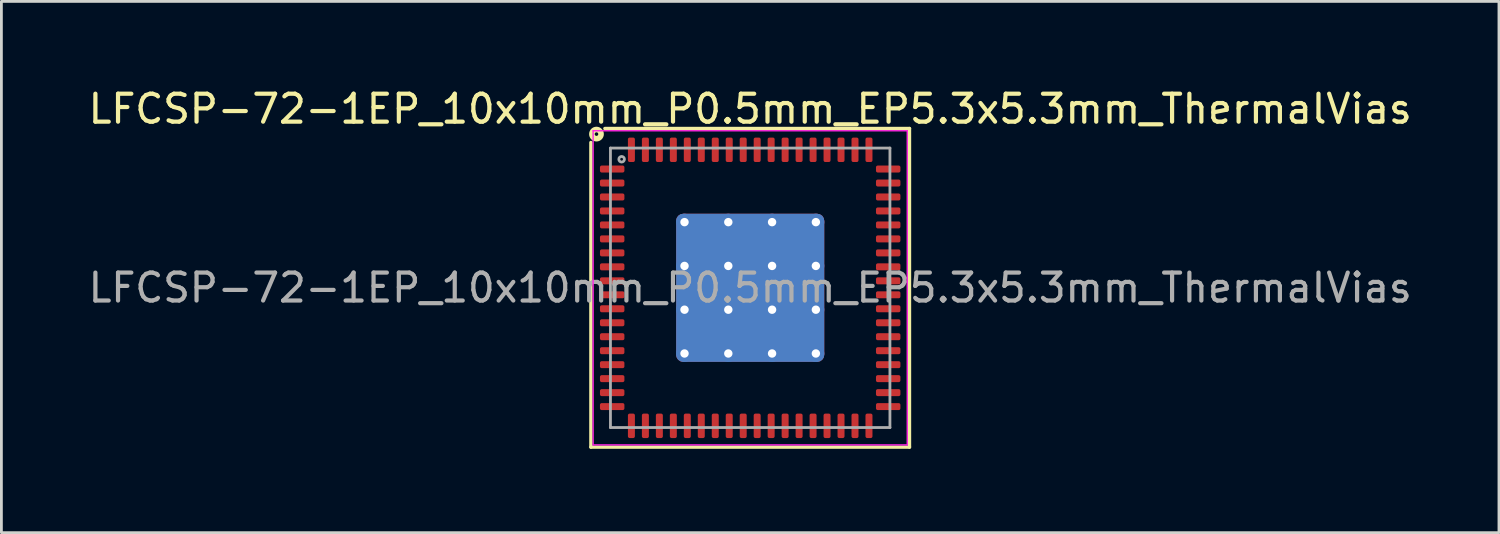
<source format=kicad_pcb>
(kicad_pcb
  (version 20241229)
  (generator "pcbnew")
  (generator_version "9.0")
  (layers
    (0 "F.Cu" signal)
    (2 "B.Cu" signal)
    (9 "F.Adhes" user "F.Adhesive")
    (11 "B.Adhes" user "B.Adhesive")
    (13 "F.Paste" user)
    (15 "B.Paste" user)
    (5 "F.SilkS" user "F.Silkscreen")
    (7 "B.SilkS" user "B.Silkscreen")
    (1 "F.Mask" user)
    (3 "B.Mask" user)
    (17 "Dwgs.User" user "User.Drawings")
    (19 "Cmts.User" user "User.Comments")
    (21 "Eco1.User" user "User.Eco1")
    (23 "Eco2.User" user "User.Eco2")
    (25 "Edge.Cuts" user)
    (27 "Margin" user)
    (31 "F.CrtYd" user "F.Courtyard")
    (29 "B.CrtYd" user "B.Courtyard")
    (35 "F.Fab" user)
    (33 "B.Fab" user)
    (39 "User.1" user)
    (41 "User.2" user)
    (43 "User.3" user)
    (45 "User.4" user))
  (footprint "LFCSP-72-1EP_10x10mm_P0.5mm_EP5.3x5.3mm_ThermalVias"
    (layer "F.Cu")
    (at 23.792 7.248)
    (property "Reference" "LFCSP-72-1EP_10x10mm_P0.5mm_EP5.3x5.3mm_ThermalVias" (at 0 -6.4 0) (layer "F.SilkS") (effects (font (size 1 1) (thickness 0.15))))
    (attr smd)
    (fp_line (start -5.7 5.7) (end -5.7 -5.2) (stroke (width 0.12) (type solid)) (layer "F.SilkS"))
    (fp_line (start 5.7 -5.7) (end -5.2 -5.7) (stroke (width 0.12) (type solid)) (layer "F.SilkS"))
    (fp_line (start 5.7 -5.7) (end 5.7 5.7) (stroke (width 0.12) (type solid)) (layer "F.SilkS"))
    (fp_line (start 5.7 5.7) (end -5.7 5.7) (stroke (width 0.12) (type solid)) (layer "F.SilkS"))
    (fp_circle (center -5.5 -5.5) (end -5.436 -5.5) (stroke (width 0.2) (type solid)) (fill no) (layer "F.SilkS"))
    (fp_line (start -5.62 -5.62) (end -5.62 5.62) (stroke (width 0.05) (type solid)) (layer "F.CrtYd"))
    (fp_line (start -5.62 5.62) (end 5.62 5.62) (stroke (width 0.05) (type solid)) (layer "F.CrtYd"))
    (fp_line (start 5.62 -5.62) (end -5.62 -5.62) (stroke (width 0.05) (type solid)) (layer "F.CrtYd"))
    (fp_line (start 5.62 5.62) (end 5.62 -5.62) (stroke (width 0.05) (type solid)) (layer "F.CrtYd"))
    (fp_line (start -5 -5) (end 5 -5) (stroke (width 0.1) (type solid)) (layer "F.Fab"))
    (fp_line (start -5 5) (end -5 -5) (stroke (width 0.1) (type solid)) (layer "F.Fab"))
    (fp_line (start 5 -5) (end 5 5) (stroke (width 0.1) (type solid)) (layer "F.Fab"))
    (fp_line (start 5 5) (end -5 5) (stroke (width 0.1) (type solid)) (layer "F.Fab"))
    (fp_circle (center -4.6 -4.6) (end -4.5 -4.6) (stroke (width 0.1) (type solid)) (fill no) (layer "F.Fab"))
    (fp_text user "${REFERENCE}" (at 0 0 0) (layer "F.Fab") (effects (font (size 1 1) (thickness 0.15))))
    (pad "" smd custom (at -1.567 -1.567) (size 1.275 1.275) (layers "F.Paste") (options (anchor circle)) (primitives (gr_poly (pts (xy 0.563 -0.439) (xy 0.563 0.439) (xy 0.439 0.563) (xy -0.439 0.563) (xy -0.563 0.439) (xy -0.563 -0.439) (xy -0.439 -0.563) (xy 0.439 -0.563)) (width 0.299) (fill yes))))
    (pad "" smd custom (at -1.567 0) (size 1.275 1.275) (layers "F.Paste") (options (anchor circle)) (primitives (gr_poly (pts (xy 0.563 -0.439) (xy 0.563 0.439) (xy 0.439 0.563) (xy -0.439 0.563) (xy -0.563 0.439) (xy -0.563 -0.439) (xy -0.439 -0.563) (xy 0.439 -0.563)) (width 0.299) (fill yes))))
    (pad "" smd custom (at -1.567 1.567) (size 1.275 1.275) (layers "F.Paste") (options (anchor circle)) (primitives (gr_poly (pts (xy 0.563 -0.439) (xy 0.563 0.439) (xy 0.439 0.563) (xy -0.439 0.563) (xy -0.563 0.439) (xy -0.563 -0.439) (xy -0.439 -0.563) (xy 0.439 -0.563)) (width 0.299) (fill yes))))
    (pad "" smd custom (at 0 -1.567) (size 1.275 1.275) (layers "F.Paste") (options (anchor circle)) (primitives (gr_poly (pts (xy 0.563 -0.439) (xy 0.563 0.439) (xy 0.439 0.563) (xy -0.439 0.563) (xy -0.563 0.439) (xy -0.563 -0.439) (xy -0.439 -0.563) (xy 0.439 -0.563)) (width 0.299) (fill yes))))
    (pad "" smd custom (at 0 0) (size 1.275 1.275) (layers "F.Paste") (options (anchor circle)) (primitives (gr_poly (pts (xy 0.563 -0.439) (xy 0.563 0.439) (xy 0.439 0.563) (xy -0.439 0.563) (xy -0.563 0.439) (xy -0.563 -0.439) (xy -0.439 -0.563) (xy 0.439 -0.563)) (width 0.299) (fill yes))))
    (pad "" smd custom (at 0 1.567) (size 1.275 1.275) (layers "F.Paste") (options (anchor circle)) (primitives (gr_poly (pts (xy 0.563 -0.439) (xy 0.563 0.439) (xy 0.439 0.563) (xy -0.439 0.563) (xy -0.563 0.439) (xy -0.563 -0.439) (xy -0.439 -0.563) (xy 0.439 -0.563)) (width 0.299) (fill yes))))
    (pad "" smd custom (at 1.567 -1.567) (size 1.275 1.275) (layers "F.Paste") (options (anchor circle)) (primitives (gr_poly (pts (xy 0.563 -0.439) (xy 0.563 0.439) (xy 0.439 0.563) (xy -0.439 0.563) (xy -0.563 0.439) (xy -0.563 -0.439) (xy -0.439 -0.563) (xy 0.439 -0.563)) (width 0.299) (fill yes))))
    (pad "" smd custom (at 1.567 0) (size 1.275 1.275) (layers "F.Paste") (options (anchor circle)) (primitives (gr_poly (pts (xy 0.563 -0.439) (xy 0.563 0.439) (xy 0.439 0.563) (xy -0.439 0.563) (xy -0.563 0.439) (xy -0.563 -0.439) (xy -0.439 -0.563) (xy 0.439 -0.563)) (width 0.299) (fill yes))))
    (pad "" smd custom (at 1.567 1.567) (size 1.275 1.275) (layers "F.Paste") (options (anchor circle)) (primitives (gr_poly (pts (xy 0.563 -0.439) (xy 0.563 0.439) (xy 0.439 0.563) (xy -0.439 0.563) (xy -0.563 0.439) (xy -0.563 -0.439) (xy -0.439 -0.563) (xy 0.439 -0.563)) (width 0.299) (fill yes))))
    (pad "1" smd roundrect (at -4.938 -4.25) (size 0.875 0.25) (layers "F.Cu" "F.Mask" "F.Paste") (roundrect_rratio 0.25))
    (pad "2" smd roundrect (at -4.938 -3.75) (size 0.875 0.25) (layers "F.Cu" "F.Mask" "F.Paste") (roundrect_rratio 0.25))
    (pad "3" smd roundrect (at -4.938 -3.25) (size 0.875 0.25) (layers "F.Cu" "F.Mask" "F.Paste") (roundrect_rratio 0.25))
    (pad "4" smd roundrect (at -4.938 -2.75) (size 0.875 0.25) (layers "F.Cu" "F.Mask" "F.Paste") (roundrect_rratio 0.25))
    (pad "5" smd roundrect (at -4.938 -2.25) (size 0.875 0.25) (layers "F.Cu" "F.Mask" "F.Paste") (roundrect_rratio 0.25))
    (pad "6" smd roundrect (at -4.938 -1.75) (size 0.875 0.25) (layers "F.Cu" "F.Mask" "F.Paste") (roundrect_rratio 0.25))
    (pad "7" smd roundrect (at -4.938 -1.25) (size 0.875 0.25) (layers "F.Cu" "F.Mask" "F.Paste") (roundrect_rratio 0.25))
    (pad "8" smd roundrect (at -4.938 -0.75) (size 0.875 0.25) (layers "F.Cu" "F.Mask" "F.Paste") (roundrect_rratio 0.25))
    (pad "9" smd roundrect (at -4.938 -0.25) (size 0.875 0.25) (layers "F.Cu" "F.Mask" "F.Paste") (roundrect_rratio 0.25))
    (pad "10" smd roundrect (at -4.938 0.25) (size 0.875 0.25) (layers "F.Cu" "F.Mask" "F.Paste") (roundrect_rratio 0.25))
    (pad "11" smd roundrect (at -4.938 0.75) (size 0.875 0.25) (layers "F.Cu" "F.Mask" "F.Paste") (roundrect_rratio 0.25))
    (pad "12" smd roundrect (at -4.938 1.25) (size 0.875 0.25) (layers "F.Cu" "F.Mask" "F.Paste") (roundrect_rratio 0.25))
    (pad "13" smd roundrect (at -4.938 1.75) (size 0.875 0.25) (layers "F.Cu" "F.Mask" "F.Paste") (roundrect_rratio 0.25))
    (pad "14" smd roundrect (at -4.938 2.25) (size 0.875 0.25) (layers "F.Cu" "F.Mask" "F.Paste") (roundrect_rratio 0.25))
    (pad "15" smd roundrect (at -4.938 2.75) (size 0.875 0.25) (layers "F.Cu" "F.Mask" "F.Paste") (roundrect_rratio 0.25))
    (pad "16" smd roundrect (at -4.938 3.25) (size 0.875 0.25) (layers "F.Cu" "F.Mask" "F.Paste") (roundrect_rratio 0.25))
    (pad "17" smd roundrect (at -4.938 3.75) (size 0.875 0.25) (layers "F.Cu" "F.Mask" "F.Paste") (roundrect_rratio 0.25))
    (pad "18" smd roundrect (at -4.938 4.25) (size 0.875 0.25) (layers "F.Cu" "F.Mask" "F.Paste") (roundrect_rratio 0.25))
    (pad "19" smd roundrect (at -4.25 4.938) (size 0.25 0.875) (layers "F.Cu" "F.Mask" "F.Paste") (roundrect_rratio 0.25))
    (pad "20" smd roundrect (at -3.75 4.938) (size 0.25 0.875) (layers "F.Cu" "F.Mask" "F.Paste") (roundrect_rratio 0.25))
    (pad "21" smd roundrect (at -3.25 4.938) (size 0.25 0.875) (layers "F.Cu" "F.Mask" "F.Paste") (roundrect_rratio 0.25))
    (pad "22" smd roundrect (at -2.75 4.938) (size 0.25 0.875) (layers "F.Cu" "F.Mask" "F.Paste") (roundrect_rratio 0.25))
    (pad "23" smd roundrect (at -2.25 4.938) (size 0.25 0.875) (layers "F.Cu" "F.Mask" "F.Paste") (roundrect_rratio 0.25))
    (pad "24" smd roundrect (at -1.75 4.938) (size 0.25 0.875) (layers "F.Cu" "F.Mask" "F.Paste") (roundrect_rratio 0.25))
    (pad "25" smd roundrect (at -1.25 4.938) (size 0.25 0.875) (layers "F.Cu" "F.Mask" "F.Paste") (roundrect_rratio 0.25))
    (pad "26" smd roundrect (at -0.75 4.938) (size 0.25 0.875) (layers "F.Cu" "F.Mask" "F.Paste") (roundrect_rratio 0.25))
    (pad "27" smd roundrect (at -0.25 4.938) (size 0.25 0.875) (layers "F.Cu" "F.Mask" "F.Paste") (roundrect_rratio 0.25))
    (pad "28" smd roundrect (at 0.25 4.938) (size 0.25 0.875) (layers "F.Cu" "F.Mask" "F.Paste") (roundrect_rratio 0.25))
    (pad "29" smd roundrect (at 0.75 4.938) (size 0.25 0.875) (layers "F.Cu" "F.Mask" "F.Paste") (roundrect_rratio 0.25))
    (pad "30" smd roundrect (at 1.25 4.938) (size 0.25 0.875) (layers "F.Cu" "F.Mask" "F.Paste") (roundrect_rratio 0.25))
    (pad "31" smd roundrect (at 1.75 4.938) (size 0.25 0.875) (layers "F.Cu" "F.Mask" "F.Paste") (roundrect_rratio 0.25))
    (pad "32" smd roundrect (at 2.25 4.938) (size 0.25 0.875) (layers "F.Cu" "F.Mask" "F.Paste") (roundrect_rratio 0.25))
    (pad "33" smd roundrect (at 2.75 4.938) (size 0.25 0.875) (layers "F.Cu" "F.Mask" "F.Paste") (roundrect_rratio 0.25))
    (pad "34" smd roundrect (at 3.25 4.938) (size 0.25 0.875) (layers "F.Cu" "F.Mask" "F.Paste") (roundrect_rratio 0.25))
    (pad "35" smd roundrect (at 3.75 4.938) (size 0.25 0.875) (layers "F.Cu" "F.Mask" "F.Paste") (roundrect_rratio 0.25))
    (pad "36" smd roundrect (at 4.25 4.938) (size 0.25 0.875) (layers "F.Cu" "F.Mask" "F.Paste") (roundrect_rratio 0.25))
    (pad "37" smd roundrect (at 4.938 4.25) (size 0.875 0.25) (layers "F.Cu" "F.Mask" "F.Paste") (roundrect_rratio 0.25))
    (pad "38" smd roundrect (at 4.938 3.75) (size 0.875 0.25) (layers "F.Cu" "F.Mask" "F.Paste") (roundrect_rratio 0.25))
    (pad "39" smd roundrect (at 4.938 3.25) (size 0.875 0.25) (layers "F.Cu" "F.Mask" "F.Paste") (roundrect_rratio 0.25))
    (pad "40" smd roundrect (at 4.938 2.75) (size 0.875 0.25) (layers "F.Cu" "F.Mask" "F.Paste") (roundrect_rratio 0.25))
    (pad "41" smd roundrect (at 4.938 2.25) (size 0.875 0.25) (layers "F.Cu" "F.Mask" "F.Paste") (roundrect_rratio 0.25))
    (pad "42" smd roundrect (at 4.938 1.75) (size 0.875 0.25) (layers "F.Cu" "F.Mask" "F.Paste") (roundrect_rratio 0.25))
    (pad "43" smd roundrect (at 4.938 1.25) (size 0.875 0.25) (layers "F.Cu" "F.Mask" "F.Paste") (roundrect_rratio 0.25))
    (pad "44" smd roundrect (at 4.938 0.75) (size 0.875 0.25) (layers "F.Cu" "F.Mask" "F.Paste") (roundrect_rratio 0.25))
    (pad "45" smd roundrect (at 4.938 0.25) (size 0.875 0.25) (layers "F.Cu" "F.Mask" "F.Paste") (roundrect_rratio 0.25))
    (pad "46" smd roundrect (at 4.938 -0.25) (size 0.875 0.25) (layers "F.Cu" "F.Mask" "F.Paste") (roundrect_rratio 0.25))
    (pad "47" smd roundrect (at 4.938 -0.75) (size 0.875 0.25) (layers "F.Cu" "F.Mask" "F.Paste") (roundrect_rratio 0.25))
    (pad "48" smd roundrect (at 4.938 -1.25) (size 0.875 0.25) (layers "F.Cu" "F.Mask" "F.Paste") (roundrect_rratio 0.25))
    (pad "49" smd roundrect (at 4.938 -1.75) (size 0.875 0.25) (layers "F.Cu" "F.Mask" "F.Paste") (roundrect_rratio 0.25))
    (pad "50" smd roundrect (at 4.938 -2.25) (size 0.875 0.25) (layers "F.Cu" "F.Mask" "F.Paste") (roundrect_rratio 0.25))
    (pad "51" smd roundrect (at 4.938 -2.75) (size 0.875 0.25) (layers "F.Cu" "F.Mask" "F.Paste") (roundrect_rratio 0.25))
    (pad "52" smd roundrect (at 4.938 -3.25) (size 0.875 0.25) (layers "F.Cu" "F.Mask" "F.Paste") (roundrect_rratio 0.25))
    (pad "53" smd roundrect (at 4.938 -3.75) (size 0.875 0.25) (layers "F.Cu" "F.Mask" "F.Paste") (roundrect_rratio 0.25))
    (pad "54" smd roundrect (at 4.938 -4.25) (size 0.875 0.25) (layers "F.Cu" "F.Mask" "F.Paste") (roundrect_rratio 0.25))
    (pad "55" smd roundrect (at 4.25 -4.938) (size 0.25 0.875) (layers "F.Cu" "F.Mask" "F.Paste") (roundrect_rratio 0.25))
    (pad "56" smd roundrect (at 3.75 -4.938) (size 0.25 0.875) (layers "F.Cu" "F.Mask" "F.Paste") (roundrect_rratio 0.25))
    (pad "57" smd roundrect (at 3.25 -4.938) (size 0.25 0.875) (layers "F.Cu" "F.Mask" "F.Paste") (roundrect_rratio 0.25))
    (pad "58" smd roundrect (at 2.75 -4.938) (size 0.25 0.875) (layers "F.Cu" "F.Mask" "F.Paste") (roundrect_rratio 0.25))
    (pad "59" smd roundrect (at 2.25 -4.938) (size 0.25 0.875) (layers "F.Cu" "F.Mask" "F.Paste") (roundrect_rratio 0.25))
    (pad "60" smd roundrect (at 1.75 -4.938) (size 0.25 0.875) (layers "F.Cu" "F.Mask" "F.Paste") (roundrect_rratio 0.25))
    (pad "61" smd roundrect (at 1.25 -4.938) (size 0.25 0.875) (layers "F.Cu" "F.Mask" "F.Paste") (roundrect_rratio 0.25))
    (pad "62" smd roundrect (at 0.75 -4.938) (size 0.25 0.875) (layers "F.Cu" "F.Mask" "F.Paste") (roundrect_rratio 0.25))
    (pad "63" smd roundrect (at 0.25 -4.938) (size 0.25 0.875) (layers "F.Cu" "F.Mask" "F.Paste") (roundrect_rratio 0.25))
    (pad "64" smd roundrect (at -0.25 -4.938) (size 0.25 0.875) (layers "F.Cu" "F.Mask" "F.Paste") (roundrect_rratio 0.25))
    (pad "65" smd roundrect (at -0.75 -4.938) (size 0.25 0.875) (layers "F.Cu" "F.Mask" "F.Paste") (roundrect_rratio 0.25))
    (pad "66" smd roundrect (at -1.25 -4.938) (size 0.25 0.875) (layers "F.Cu" "F.Mask" "F.Paste") (roundrect_rratio 0.25))
    (pad "67" smd roundrect (at -1.75 -4.938) (size 0.25 0.875) (layers "F.Cu" "F.Mask" "F.Paste") (roundrect_rratio 0.25))
    (pad "68" smd roundrect (at -2.25 -4.938) (size 0.25 0.875) (layers "F.Cu" "F.Mask" "F.Paste") (roundrect_rratio 0.25))
    (pad "69" smd roundrect (at -2.75 -4.938) (size 0.25 0.875) (layers "F.Cu" "F.Mask" "F.Paste") (roundrect_rratio 0.25))
    (pad "70" smd roundrect (at -3.25 -4.938) (size 0.25 0.875) (layers "F.Cu" "F.Mask" "F.Paste") (roundrect_rratio 0.25))
    (pad "71" smd roundrect (at -3.75 -4.938) (size 0.25 0.875) (layers "F.Cu" "F.Mask" "F.Paste") (roundrect_rratio 0.25))
    (pad "72" smd roundrect (at -4.25 -4.938) (size 0.25 0.875) (layers "F.Cu" "F.Mask" "F.Paste") (roundrect_rratio 0.25) (chamfer_ratio 0.45) (chamfer))
    (pad "73" thru_hole circle (at -2.35 -2.35) (size 0.6 0.6) (drill 0.3) (property pad_prop_heatsink) (layers "*.Cu"))
    (pad "73" thru_hole circle (at -2.35 -0.783) (size 0.6 0.6) (drill 0.3) (property pad_prop_heatsink) (layers "*.Cu"))
    (pad "73" thru_hole circle (at -2.35 0.783) (size 0.6 0.6) (drill 0.3) (property pad_prop_heatsink) (layers "*.Cu"))
    (pad "73" thru_hole circle (at -2.35 2.35) (size 0.6 0.6) (drill 0.3) (property pad_prop_heatsink) (layers "*.Cu"))
    (pad "73" thru_hole circle (at -0.783 -2.35) (size 0.6 0.6) (drill 0.3) (property pad_prop_heatsink) (layers "*.Cu"))
    (pad "73" thru_hole circle (at -0.783 -0.783) (size 0.6 0.6) (drill 0.3) (property pad_prop_heatsink) (layers "*.Cu"))
    (pad "73" thru_hole circle (at -0.783 0.783) (size 0.6 0.6) (drill 0.3) (property pad_prop_heatsink) (layers "*.Cu"))
    (pad "73" thru_hole circle (at -0.783 2.35) (size 0.6 0.6) (drill 0.3) (property pad_prop_heatsink) (layers "*.Cu"))
    (pad "73" smd roundrect (at 0 0) (size 5.3 5.3) (layers "F.Cu" "F.Mask") (roundrect_rratio 0.047))
    (pad "73" smd roundrect (at 0 0) (size 5.3 5.3) (layers "B.Cu" "B.Mask") (roundrect_rratio 0.047))
    (pad "73" thru_hole circle (at 0.783 -2.35) (size 0.6 0.6) (drill 0.3) (property pad_prop_heatsink) (layers "*.Cu"))
    (pad "73" thru_hole circle (at 0.783 -0.783) (size 0.6 0.6) (drill 0.3) (property pad_prop_heatsink) (layers "*.Cu"))
    (pad "73" thru_hole circle (at 0.783 0.783) (size 0.6 0.6) (drill 0.3) (property pad_prop_heatsink) (layers "*.Cu"))
    (pad "73" thru_hole circle (at 0.783 2.35) (size 0.6 0.6) (drill 0.3) (property pad_prop_heatsink) (layers "*.Cu"))
    (pad "73" thru_hole circle (at 2.35 -2.35) (size 0.6 0.6) (drill 0.3) (property pad_prop_heatsink) (layers "*.Cu"))
    (pad "73" thru_hole circle (at 2.35 -0.783) (size 0.6 0.6) (drill 0.3) (property pad_prop_heatsink) (layers "*.Cu"))
    (pad "73" thru_hole circle (at 2.35 0.783) (size 0.6 0.6) (drill 0.3) (property pad_prop_heatsink) (layers "*.Cu"))
    (pad "73" thru_hole circle (at 2.35 2.35) (size 0.6 0.6) (drill 0.3) (property pad_prop_heatsink) (layers "*.Cu")))
  (gr_rect
    (start -3 -3)
    (end 50.583 16.008)
    (stroke (width 0.1) (type default))
    (fill no)
    (layer "Edge.Cuts")))
</source>
